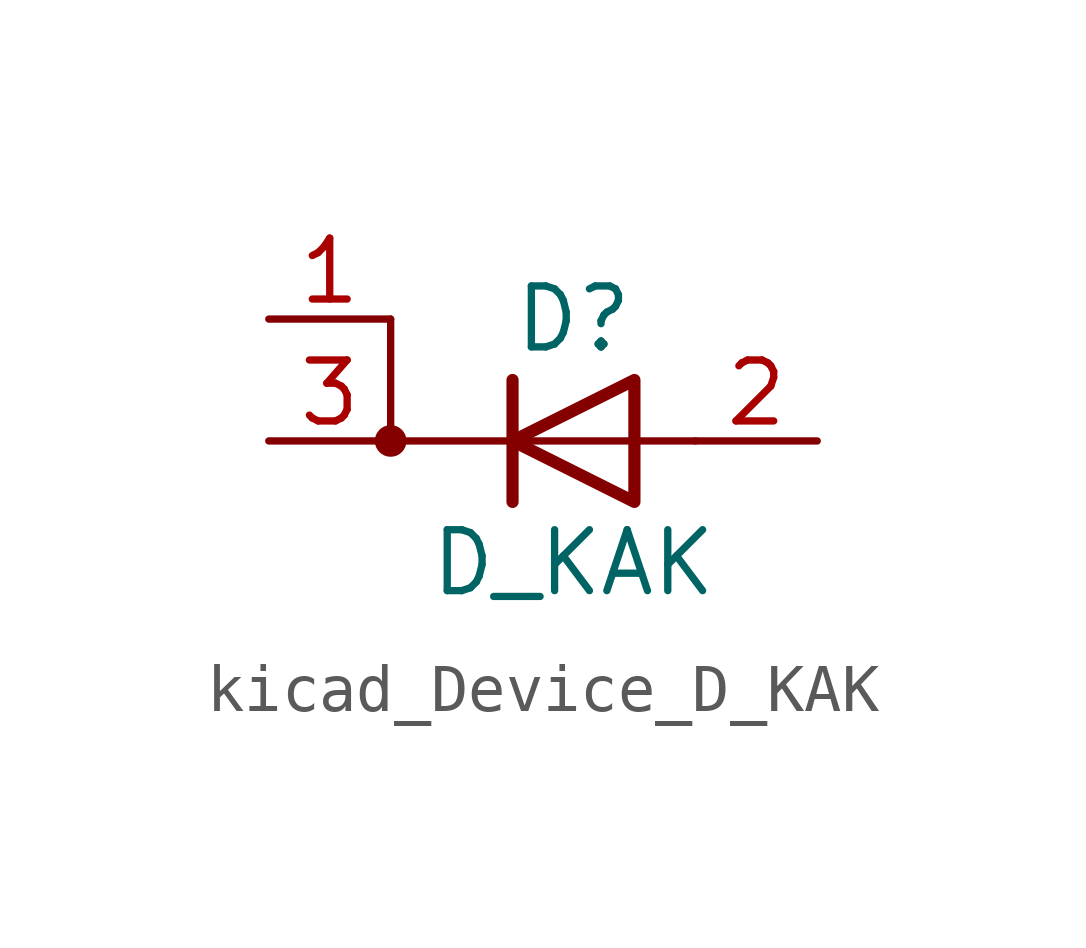
<source format=kicad_sym>
(kicad_symbol_lib
  (version 20220914)
  (generator kicad_symbol_editor)
  (symbol "kicad_Device_D_KAK"
    (pin_names
      (offset 0) hide)
    (property "Reference" "D"
      (at 0 2.54 0)
      (effects (font (size 1.27 1.27))))
    (property "Value" "D_KAK"
      (at 0 -2.54 0)
      (effects (font (size 1.27 1.27))))
    (symbol "kicad_Device_D_KAK_0_1"
      (circle (center -3.81 0) (radius 0.254) (stroke (width 0) (type default)) (fill (type outline)))
      (polyline (pts (xy -1.27 1.27) (xy -1.27 -1.27)) (stroke (width 0.254) (type default)) (fill (type none)))
      (polyline (pts (xy -3.81 2.54) (xy -3.81 0) (xy 2.54 0)) (stroke (width 0) (type default)) (fill (type none)))
      (polyline (pts (xy 1.27 1.27) (xy 1.27 -1.27) (xy -1.27 0) (xy 1.27 1.27)) (stroke (width 0.254) (type default)) (fill (type none))))
    (symbol "kicad_Device_D_KAK_1_1"
      (pin passive line (at -6.35 2.54 0) (length 2.54) (name "K" (effects (font (size 1.27 1.27)))) (number "1" (effects (font (size 1.27 1.27)))))
      (pin passive line (at 5.08 0 180) (length 2.54) (name "A" (effects (font (size 1.27 1.27)))) (number "2" (effects (font (size 1.27 1.27)))))
      (pin passive line (at -6.35 0 0) (length 2.54) (name "K" (effects (font (size 1.27 1.27)))) (number "3" (effects (font (size 1.27 1.27))))))))
</source>
